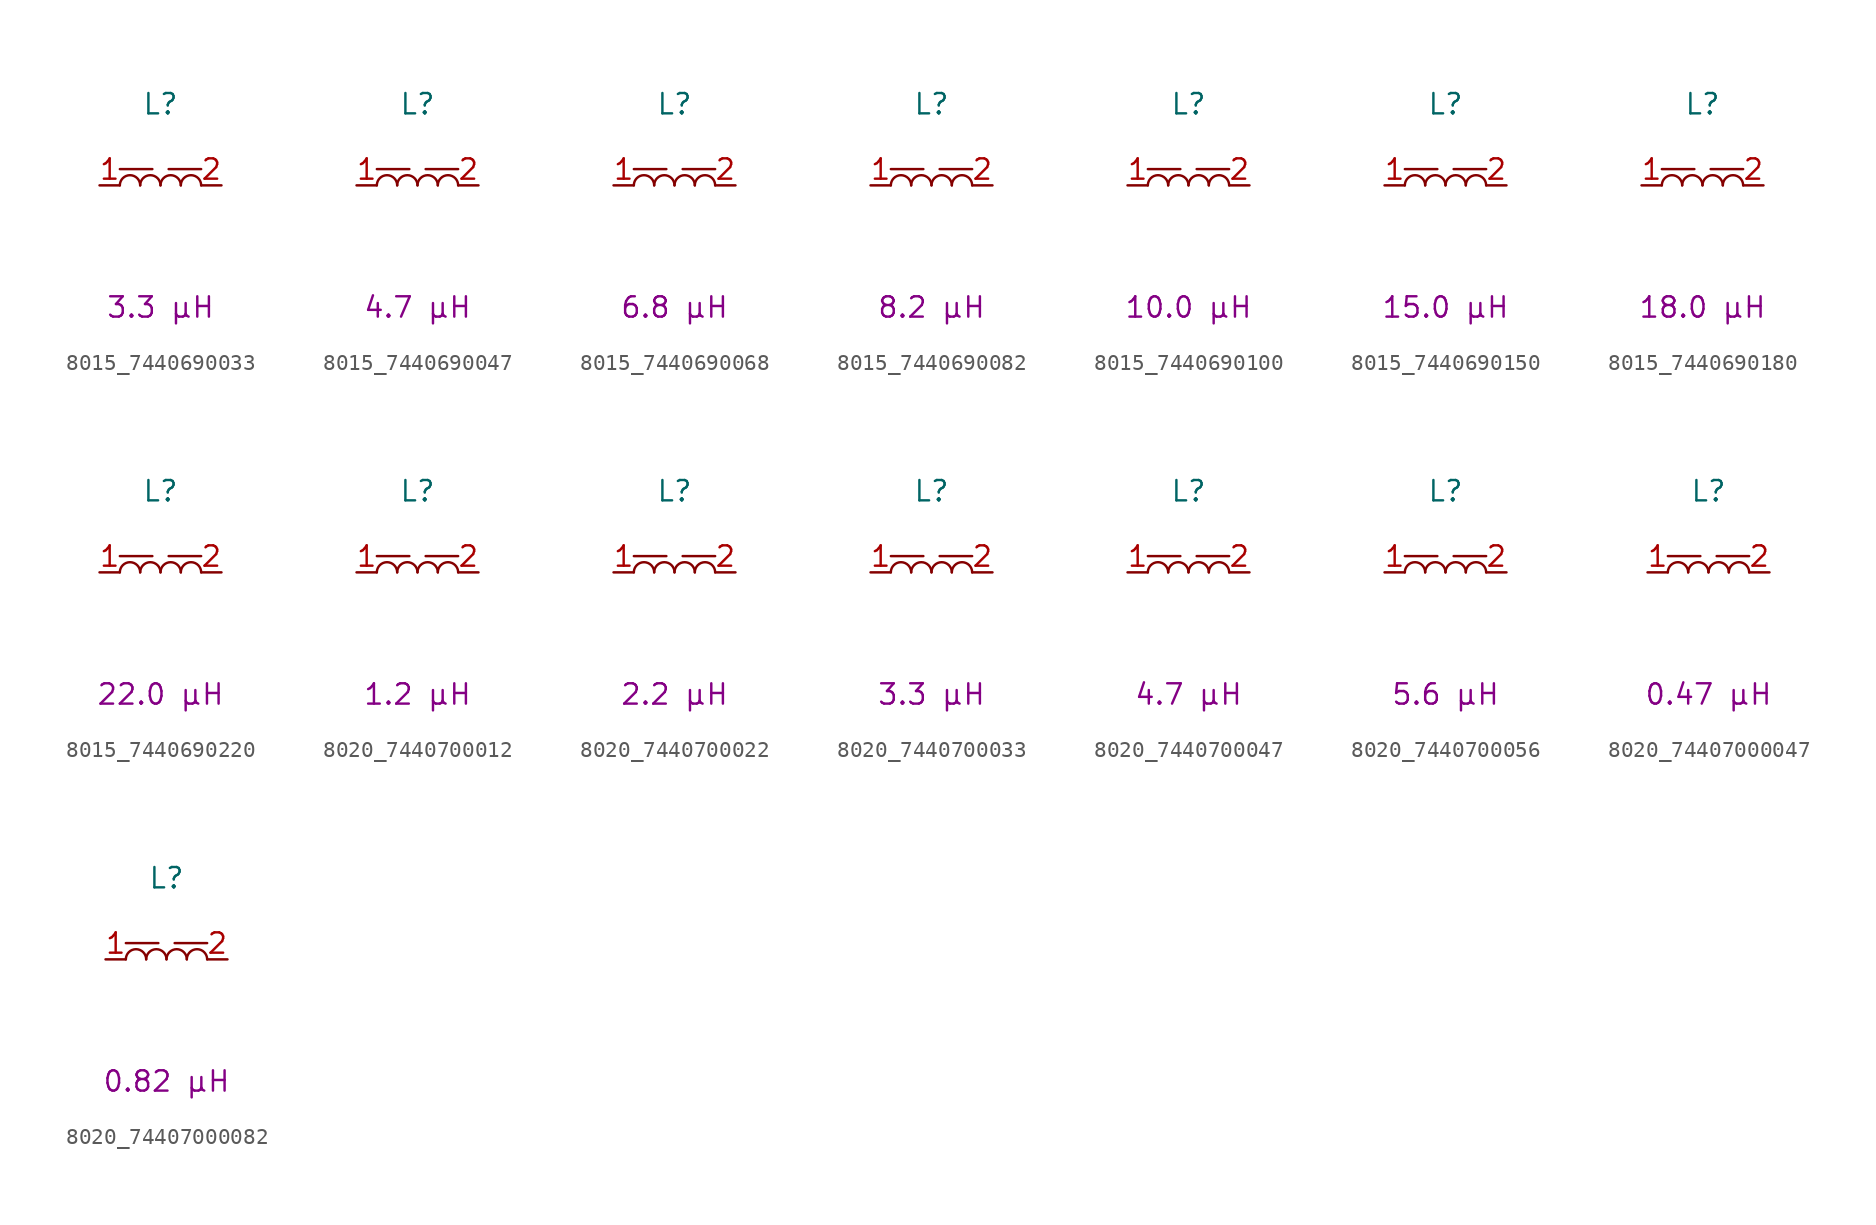
<source format=kicad_sym>
(kicad_symbol_lib
  (version 20220914)
  (generator kicad_symbol_editor)
  (symbol "8015_7440690033"
    (pin_names hide)
    (property "Reference" "L"
      (at 0 5.08 0)
      (effects (font (size 1.27 1.27))))
    (property "Critical Parameter" "3.3 µH"
      (at 0 -7.62 0)
      (effects (font (size 1.27 1.27))))
    (symbol "8015_7440690033_0_1"
      (arc (start -1.27 0) (mid -1.905 0.6323) (end -2.54 0) (stroke (width 0) (type default)) (fill (type none)))
      (arc (start 0 0) (mid -0.635 0.6323) (end -1.27 0) (stroke (width 0) (type default)) (fill (type none)))
      (polyline (pts (xy -2.54 1.016) (xy -0.508 1.016)) (stroke (width 0) (type default)) (fill (type none)))
      (arc (start 1.27 0) (mid 0.635 0.6323) (end 0 0) (stroke (width 0) (type default)) (fill (type none)))
      (arc (start 2.54 0) (mid 1.905 0.6323) (end 1.27 0) (stroke (width 0) (type default)) (fill (type none))))
    (symbol "8015_7440690033_1_1"
      (polyline (pts (xy 2.54 1.016) (xy 0.508 1.016)) (stroke (width 0) (type default)) (fill (type none)))
      (pin passive line (at -3.81 0 0) (length 1.27) (name "1" (effects (font (size 1.27 1.27)))) (number "1" (effects (font (size 1.27 1.27)))))
      (pin passive line (at 3.81 0 180) (length 1.27) (name "2" (effects (font (size 1.27 1.27)))) (number "2" (effects (font (size 1.27 1.27)))))))
  (symbol "8015_7440690047"
    (pin_names hide)
    (property "Reference" "L"
      (at 0 5.08 0)
      (effects (font (size 1.27 1.27))))
    (property "Critical Parameter" "4.7 µH"
      (at 0 -7.62 0)
      (effects (font (size 1.27 1.27))))
    (symbol "8015_7440690047_0_1"
      (arc (start -1.27 0) (mid -1.905 0.6323) (end -2.54 0) (stroke (width 0) (type default)) (fill (type none)))
      (arc (start 0 0) (mid -0.635 0.6323) (end -1.27 0) (stroke (width 0) (type default)) (fill (type none)))
      (polyline (pts (xy -2.54 1.016) (xy -0.508 1.016)) (stroke (width 0) (type default)) (fill (type none)))
      (arc (start 1.27 0) (mid 0.635 0.6323) (end 0 0) (stroke (width 0) (type default)) (fill (type none)))
      (arc (start 2.54 0) (mid 1.905 0.6323) (end 1.27 0) (stroke (width 0) (type default)) (fill (type none))))
    (symbol "8015_7440690047_1_1"
      (polyline (pts (xy 2.54 1.016) (xy 0.508 1.016)) (stroke (width 0) (type default)) (fill (type none)))
      (pin passive line (at -3.81 0 0) (length 1.27) (name "1" (effects (font (size 1.27 1.27)))) (number "1" (effects (font (size 1.27 1.27)))))
      (pin passive line (at 3.81 0 180) (length 1.27) (name "2" (effects (font (size 1.27 1.27)))) (number "2" (effects (font (size 1.27 1.27)))))))
  (symbol "8015_7440690068"
    (pin_names hide)
    (property "Reference" "L"
      (at 0 5.08 0)
      (effects (font (size 1.27 1.27))))
    (property "Critical Parameter" "6.8 µH"
      (at 0 -7.62 0)
      (effects (font (size 1.27 1.27))))
    (symbol "8015_7440690068_0_1"
      (arc (start -1.27 0) (mid -1.905 0.6323) (end -2.54 0) (stroke (width 0) (type default)) (fill (type none)))
      (arc (start 0 0) (mid -0.635 0.6323) (end -1.27 0) (stroke (width 0) (type default)) (fill (type none)))
      (polyline (pts (xy -2.54 1.016) (xy -0.508 1.016)) (stroke (width 0) (type default)) (fill (type none)))
      (arc (start 1.27 0) (mid 0.635 0.6323) (end 0 0) (stroke (width 0) (type default)) (fill (type none)))
      (arc (start 2.54 0) (mid 1.905 0.6323) (end 1.27 0) (stroke (width 0) (type default)) (fill (type none))))
    (symbol "8015_7440690068_1_1"
      (polyline (pts (xy 2.54 1.016) (xy 0.508 1.016)) (stroke (width 0) (type default)) (fill (type none)))
      (pin passive line (at -3.81 0 0) (length 1.27) (name "1" (effects (font (size 1.27 1.27)))) (number "1" (effects (font (size 1.27 1.27)))))
      (pin passive line (at 3.81 0 180) (length 1.27) (name "2" (effects (font (size 1.27 1.27)))) (number "2" (effects (font (size 1.27 1.27)))))))
  (symbol "8015_7440690082"
    (pin_names hide)
    (property "Reference" "L"
      (at 0 5.08 0)
      (effects (font (size 1.27 1.27))))
    (property "Critical Parameter" "8.2 µH"
      (at 0 -7.62 0)
      (effects (font (size 1.27 1.27))))
    (symbol "8015_7440690082_0_1"
      (arc (start -1.27 0) (mid -1.905 0.6323) (end -2.54 0) (stroke (width 0) (type default)) (fill (type none)))
      (arc (start 0 0) (mid -0.635 0.6323) (end -1.27 0) (stroke (width 0) (type default)) (fill (type none)))
      (polyline (pts (xy -2.54 1.016) (xy -0.508 1.016)) (stroke (width 0) (type default)) (fill (type none)))
      (arc (start 1.27 0) (mid 0.635 0.6323) (end 0 0) (stroke (width 0) (type default)) (fill (type none)))
      (arc (start 2.54 0) (mid 1.905 0.6323) (end 1.27 0) (stroke (width 0) (type default)) (fill (type none))))
    (symbol "8015_7440690082_1_1"
      (polyline (pts (xy 2.54 1.016) (xy 0.508 1.016)) (stroke (width 0) (type default)) (fill (type none)))
      (pin passive line (at -3.81 0 0) (length 1.27) (name "1" (effects (font (size 1.27 1.27)))) (number "1" (effects (font (size 1.27 1.27)))))
      (pin passive line (at 3.81 0 180) (length 1.27) (name "2" (effects (font (size 1.27 1.27)))) (number "2" (effects (font (size 1.27 1.27)))))))
  (symbol "8015_7440690100"
    (pin_names hide)
    (property "Reference" "L"
      (at 0 5.08 0)
      (effects (font (size 1.27 1.27))))
    (property "Critical Parameter" "10.0 µH"
      (at 0 -7.62 0)
      (effects (font (size 1.27 1.27))))
    (symbol "8015_7440690100_0_1"
      (arc (start -1.27 0) (mid -1.905 0.6323) (end -2.54 0) (stroke (width 0) (type default)) (fill (type none)))
      (arc (start 0 0) (mid -0.635 0.6323) (end -1.27 0) (stroke (width 0) (type default)) (fill (type none)))
      (polyline (pts (xy -2.54 1.016) (xy -0.508 1.016)) (stroke (width 0) (type default)) (fill (type none)))
      (arc (start 1.27 0) (mid 0.635 0.6323) (end 0 0) (stroke (width 0) (type default)) (fill (type none)))
      (arc (start 2.54 0) (mid 1.905 0.6323) (end 1.27 0) (stroke (width 0) (type default)) (fill (type none))))
    (symbol "8015_7440690100_1_1"
      (polyline (pts (xy 2.54 1.016) (xy 0.508 1.016)) (stroke (width 0) (type default)) (fill (type none)))
      (pin passive line (at -3.81 0 0) (length 1.27) (name "1" (effects (font (size 1.27 1.27)))) (number "1" (effects (font (size 1.27 1.27)))))
      (pin passive line (at 3.81 0 180) (length 1.27) (name "2" (effects (font (size 1.27 1.27)))) (number "2" (effects (font (size 1.27 1.27)))))))
  (symbol "8015_7440690150"
    (pin_names hide)
    (property "Reference" "L"
      (at 0 5.08 0)
      (effects (font (size 1.27 1.27))))
    (property "Critical Parameter" "15.0 µH"
      (at 0 -7.62 0)
      (effects (font (size 1.27 1.27))))
    (symbol "8015_7440690150_0_1"
      (arc (start -1.27 0) (mid -1.905 0.6323) (end -2.54 0) (stroke (width 0) (type default)) (fill (type none)))
      (arc (start 0 0) (mid -0.635 0.6323) (end -1.27 0) (stroke (width 0) (type default)) (fill (type none)))
      (polyline (pts (xy -2.54 1.016) (xy -0.508 1.016)) (stroke (width 0) (type default)) (fill (type none)))
      (arc (start 1.27 0) (mid 0.635 0.6323) (end 0 0) (stroke (width 0) (type default)) (fill (type none)))
      (arc (start 2.54 0) (mid 1.905 0.6323) (end 1.27 0) (stroke (width 0) (type default)) (fill (type none))))
    (symbol "8015_7440690150_1_1"
      (polyline (pts (xy 2.54 1.016) (xy 0.508 1.016)) (stroke (width 0) (type default)) (fill (type none)))
      (pin passive line (at -3.81 0 0) (length 1.27) (name "1" (effects (font (size 1.27 1.27)))) (number "1" (effects (font (size 1.27 1.27)))))
      (pin passive line (at 3.81 0 180) (length 1.27) (name "2" (effects (font (size 1.27 1.27)))) (number "2" (effects (font (size 1.27 1.27)))))))
  (symbol "8015_7440690180"
    (pin_names hide)
    (property "Reference" "L"
      (at 0 5.08 0)
      (effects (font (size 1.27 1.27))))
    (property "Critical Parameter" "18.0 µH"
      (at 0 -7.62 0)
      (effects (font (size 1.27 1.27))))
    (symbol "8015_7440690180_0_1"
      (arc (start -1.27 0) (mid -1.905 0.6323) (end -2.54 0) (stroke (width 0) (type default)) (fill (type none)))
      (arc (start 0 0) (mid -0.635 0.6323) (end -1.27 0) (stroke (width 0) (type default)) (fill (type none)))
      (polyline (pts (xy -2.54 1.016) (xy -0.508 1.016)) (stroke (width 0) (type default)) (fill (type none)))
      (arc (start 1.27 0) (mid 0.635 0.6323) (end 0 0) (stroke (width 0) (type default)) (fill (type none)))
      (arc (start 2.54 0) (mid 1.905 0.6323) (end 1.27 0) (stroke (width 0) (type default)) (fill (type none))))
    (symbol "8015_7440690180_1_1"
      (polyline (pts (xy 2.54 1.016) (xy 0.508 1.016)) (stroke (width 0) (type default)) (fill (type none)))
      (pin passive line (at -3.81 0 0) (length 1.27) (name "1" (effects (font (size 1.27 1.27)))) (number "1" (effects (font (size 1.27 1.27)))))
      (pin passive line (at 3.81 0 180) (length 1.27) (name "2" (effects (font (size 1.27 1.27)))) (number "2" (effects (font (size 1.27 1.27)))))))
  (symbol "8015_7440690220"
    (pin_names hide)
    (property "Reference" "L"
      (at 0 5.08 0)
      (effects (font (size 1.27 1.27))))
    (property "Critical Parameter" "22.0 µH"
      (at 0 -7.62 0)
      (effects (font (size 1.27 1.27))))
    (symbol "8015_7440690220_0_1"
      (arc (start -1.27 0) (mid -1.905 0.6323) (end -2.54 0) (stroke (width 0) (type default)) (fill (type none)))
      (arc (start 0 0) (mid -0.635 0.6323) (end -1.27 0) (stroke (width 0) (type default)) (fill (type none)))
      (polyline (pts (xy -2.54 1.016) (xy -0.508 1.016)) (stroke (width 0) (type default)) (fill (type none)))
      (arc (start 1.27 0) (mid 0.635 0.6323) (end 0 0) (stroke (width 0) (type default)) (fill (type none)))
      (arc (start 2.54 0) (mid 1.905 0.6323) (end 1.27 0) (stroke (width 0) (type default)) (fill (type none))))
    (symbol "8015_7440690220_1_1"
      (polyline (pts (xy 2.54 1.016) (xy 0.508 1.016)) (stroke (width 0) (type default)) (fill (type none)))
      (pin passive line (at -3.81 0 0) (length 1.27) (name "1" (effects (font (size 1.27 1.27)))) (number "1" (effects (font (size 1.27 1.27)))))
      (pin passive line (at 3.81 0 180) (length 1.27) (name "2" (effects (font (size 1.27 1.27)))) (number "2" (effects (font (size 1.27 1.27)))))))
  (symbol "8020_7440700012"
    (pin_names hide)
    (property "Reference" "L"
      (at 0 5.08 0)
      (effects (font (size 1.27 1.27))))
    (property "Critical Parameter" "1.2 µH"
      (at 0 -7.62 0)
      (effects (font (size 1.27 1.27))))
    (symbol "8020_7440700012_0_1"
      (arc (start -1.27 0) (mid -1.905 0.6323) (end -2.54 0) (stroke (width 0) (type default)) (fill (type none)))
      (arc (start 0 0) (mid -0.635 0.6323) (end -1.27 0) (stroke (width 0) (type default)) (fill (type none)))
      (polyline (pts (xy -2.54 1.016) (xy -0.508 1.016)) (stroke (width 0) (type default)) (fill (type none)))
      (arc (start 1.27 0) (mid 0.635 0.6323) (end 0 0) (stroke (width 0) (type default)) (fill (type none)))
      (arc (start 2.54 0) (mid 1.905 0.6323) (end 1.27 0) (stroke (width 0) (type default)) (fill (type none))))
    (symbol "8020_7440700012_1_1"
      (polyline (pts (xy 2.54 1.016) (xy 0.508 1.016)) (stroke (width 0) (type default)) (fill (type none)))
      (pin passive line (at -3.81 0 0) (length 1.27) (name "1" (effects (font (size 1.27 1.27)))) (number "1" (effects (font (size 1.27 1.27)))))
      (pin passive line (at 3.81 0 180) (length 1.27) (name "2" (effects (font (size 1.27 1.27)))) (number "2" (effects (font (size 1.27 1.27)))))))
  (symbol "8020_7440700022"
    (pin_names hide)
    (property "Reference" "L"
      (at 0 5.08 0)
      (effects (font (size 1.27 1.27))))
    (property "Critical Parameter" "2.2 µH"
      (at 0 -7.62 0)
      (effects (font (size 1.27 1.27))))
    (symbol "8020_7440700022_0_1"
      (arc (start -1.27 0) (mid -1.905 0.6323) (end -2.54 0) (stroke (width 0) (type default)) (fill (type none)))
      (arc (start 0 0) (mid -0.635 0.6323) (end -1.27 0) (stroke (width 0) (type default)) (fill (type none)))
      (polyline (pts (xy -2.54 1.016) (xy -0.508 1.016)) (stroke (width 0) (type default)) (fill (type none)))
      (arc (start 1.27 0) (mid 0.635 0.6323) (end 0 0) (stroke (width 0) (type default)) (fill (type none)))
      (arc (start 2.54 0) (mid 1.905 0.6323) (end 1.27 0) (stroke (width 0) (type default)) (fill (type none))))
    (symbol "8020_7440700022_1_1"
      (polyline (pts (xy 2.54 1.016) (xy 0.508 1.016)) (stroke (width 0) (type default)) (fill (type none)))
      (pin passive line (at -3.81 0 0) (length 1.27) (name "1" (effects (font (size 1.27 1.27)))) (number "1" (effects (font (size 1.27 1.27)))))
      (pin passive line (at 3.81 0 180) (length 1.27) (name "2" (effects (font (size 1.27 1.27)))) (number "2" (effects (font (size 1.27 1.27)))))))
  (symbol "8020_7440700033"
    (pin_names hide)
    (property "Reference" "L"
      (at 0 5.08 0)
      (effects (font (size 1.27 1.27))))
    (property "Critical Parameter" "3.3 µH"
      (at 0 -7.62 0)
      (effects (font (size 1.27 1.27))))
    (symbol "8020_7440700033_0_1"
      (arc (start -1.27 0) (mid -1.905 0.6323) (end -2.54 0) (stroke (width 0) (type default)) (fill (type none)))
      (arc (start 0 0) (mid -0.635 0.6323) (end -1.27 0) (stroke (width 0) (type default)) (fill (type none)))
      (polyline (pts (xy -2.54 1.016) (xy -0.508 1.016)) (stroke (width 0) (type default)) (fill (type none)))
      (arc (start 1.27 0) (mid 0.635 0.6323) (end 0 0) (stroke (width 0) (type default)) (fill (type none)))
      (arc (start 2.54 0) (mid 1.905 0.6323) (end 1.27 0) (stroke (width 0) (type default)) (fill (type none))))
    (symbol "8020_7440700033_1_1"
      (polyline (pts (xy 2.54 1.016) (xy 0.508 1.016)) (stroke (width 0) (type default)) (fill (type none)))
      (pin passive line (at -3.81 0 0) (length 1.27) (name "1" (effects (font (size 1.27 1.27)))) (number "1" (effects (font (size 1.27 1.27)))))
      (pin passive line (at 3.81 0 180) (length 1.27) (name "2" (effects (font (size 1.27 1.27)))) (number "2" (effects (font (size 1.27 1.27)))))))
  (symbol "8020_7440700047"
    (pin_names hide)
    (property "Reference" "L"
      (at 0 5.08 0)
      (effects (font (size 1.27 1.27))))
    (property "Critical Parameter" "4.7 µH"
      (at 0 -7.62 0)
      (effects (font (size 1.27 1.27))))
    (symbol "8020_7440700047_0_1"
      (arc (start -1.27 0) (mid -1.905 0.6323) (end -2.54 0) (stroke (width 0) (type default)) (fill (type none)))
      (arc (start 0 0) (mid -0.635 0.6323) (end -1.27 0) (stroke (width 0) (type default)) (fill (type none)))
      (polyline (pts (xy -2.54 1.016) (xy -0.508 1.016)) (stroke (width 0) (type default)) (fill (type none)))
      (arc (start 1.27 0) (mid 0.635 0.6323) (end 0 0) (stroke (width 0) (type default)) (fill (type none)))
      (arc (start 2.54 0) (mid 1.905 0.6323) (end 1.27 0) (stroke (width 0) (type default)) (fill (type none))))
    (symbol "8020_7440700047_1_1"
      (polyline (pts (xy 2.54 1.016) (xy 0.508 1.016)) (stroke (width 0) (type default)) (fill (type none)))
      (pin passive line (at -3.81 0 0) (length 1.27) (name "1" (effects (font (size 1.27 1.27)))) (number "1" (effects (font (size 1.27 1.27)))))
      (pin passive line (at 3.81 0 180) (length 1.27) (name "2" (effects (font (size 1.27 1.27)))) (number "2" (effects (font (size 1.27 1.27)))))))
  (symbol "8020_7440700056"
    (pin_names hide)
    (property "Reference" "L"
      (at 0 5.08 0)
      (effects (font (size 1.27 1.27))))
    (property "Critical Parameter" "5.6 µH"
      (at 0 -7.62 0)
      (effects (font (size 1.27 1.27))))
    (symbol "8020_7440700056_0_1"
      (arc (start -1.27 0) (mid -1.905 0.6323) (end -2.54 0) (stroke (width 0) (type default)) (fill (type none)))
      (arc (start 0 0) (mid -0.635 0.6323) (end -1.27 0) (stroke (width 0) (type default)) (fill (type none)))
      (polyline (pts (xy -2.54 1.016) (xy -0.508 1.016)) (stroke (width 0) (type default)) (fill (type none)))
      (arc (start 1.27 0) (mid 0.635 0.6323) (end 0 0) (stroke (width 0) (type default)) (fill (type none)))
      (arc (start 2.54 0) (mid 1.905 0.6323) (end 1.27 0) (stroke (width 0) (type default)) (fill (type none))))
    (symbol "8020_7440700056_1_1"
      (polyline (pts (xy 2.54 1.016) (xy 0.508 1.016)) (stroke (width 0) (type default)) (fill (type none)))
      (pin passive line (at -3.81 0 0) (length 1.27) (name "1" (effects (font (size 1.27 1.27)))) (number "1" (effects (font (size 1.27 1.27)))))
      (pin passive line (at 3.81 0 180) (length 1.27) (name "2" (effects (font (size 1.27 1.27)))) (number "2" (effects (font (size 1.27 1.27)))))))
  (symbol "8020_74407000047"
    (pin_names hide)
    (property "Reference" "L"
      (at 0 5.08 0)
      (effects (font (size 1.27 1.27))))
    (property "Critical Parameter" "0.47 µH"
      (at 0 -7.62 0)
      (effects (font (size 1.27 1.27))))
    (symbol "8020_74407000047_0_1"
      (arc (start -1.27 0) (mid -1.905 0.6323) (end -2.54 0) (stroke (width 0) (type default)) (fill (type none)))
      (arc (start 0 0) (mid -0.635 0.6323) (end -1.27 0) (stroke (width 0) (type default)) (fill (type none)))
      (polyline (pts (xy -2.54 1.016) (xy -0.508 1.016)) (stroke (width 0) (type default)) (fill (type none)))
      (arc (start 1.27 0) (mid 0.635 0.6323) (end 0 0) (stroke (width 0) (type default)) (fill (type none)))
      (arc (start 2.54 0) (mid 1.905 0.6323) (end 1.27 0) (stroke (width 0) (type default)) (fill (type none))))
    (symbol "8020_74407000047_1_1"
      (polyline (pts (xy 2.54 1.016) (xy 0.508 1.016)) (stroke (width 0) (type default)) (fill (type none)))
      (pin passive line (at -3.81 0 0) (length 1.27) (name "1" (effects (font (size 1.27 1.27)))) (number "1" (effects (font (size 1.27 1.27)))))
      (pin passive line (at 3.81 0 180) (length 1.27) (name "2" (effects (font (size 1.27 1.27)))) (number "2" (effects (font (size 1.27 1.27)))))))
  (symbol "8020_74407000082"
    (pin_names hide)
    (property "Reference" "L"
      (at 0 5.08 0)
      (effects (font (size 1.27 1.27))))
    (property "Critical Parameter" "0.82 µH"
      (at 0 -7.62 0)
      (effects (font (size 1.27 1.27))))
    (symbol "8020_74407000082_0_1"
      (arc (start -1.27 0) (mid -1.905 0.6323) (end -2.54 0) (stroke (width 0) (type default)) (fill (type none)))
      (arc (start 0 0) (mid -0.635 0.6323) (end -1.27 0) (stroke (width 0) (type default)) (fill (type none)))
      (polyline (pts (xy -2.54 1.016) (xy -0.508 1.016)) (stroke (width 0) (type default)) (fill (type none)))
      (arc (start 1.27 0) (mid 0.635 0.6323) (end 0 0) (stroke (width 0) (type default)) (fill (type none)))
      (arc (start 2.54 0) (mid 1.905 0.6323) (end 1.27 0) (stroke (width 0) (type default)) (fill (type none))))
    (symbol "8020_74407000082_1_1"
      (polyline (pts (xy 2.54 1.016) (xy 0.508 1.016)) (stroke (width 0) (type default)) (fill (type none)))
      (pin passive line (at -3.81 0 0) (length 1.27) (name "1" (effects (font (size 1.27 1.27)))) (number "1" (effects (font (size 1.27 1.27)))))
      (pin passive line (at 3.81 0 180) (length 1.27) (name "2" (effects (font (size 1.27 1.27)))) (number "2" (effects (font (size 1.27 1.27))))))))
</source>
